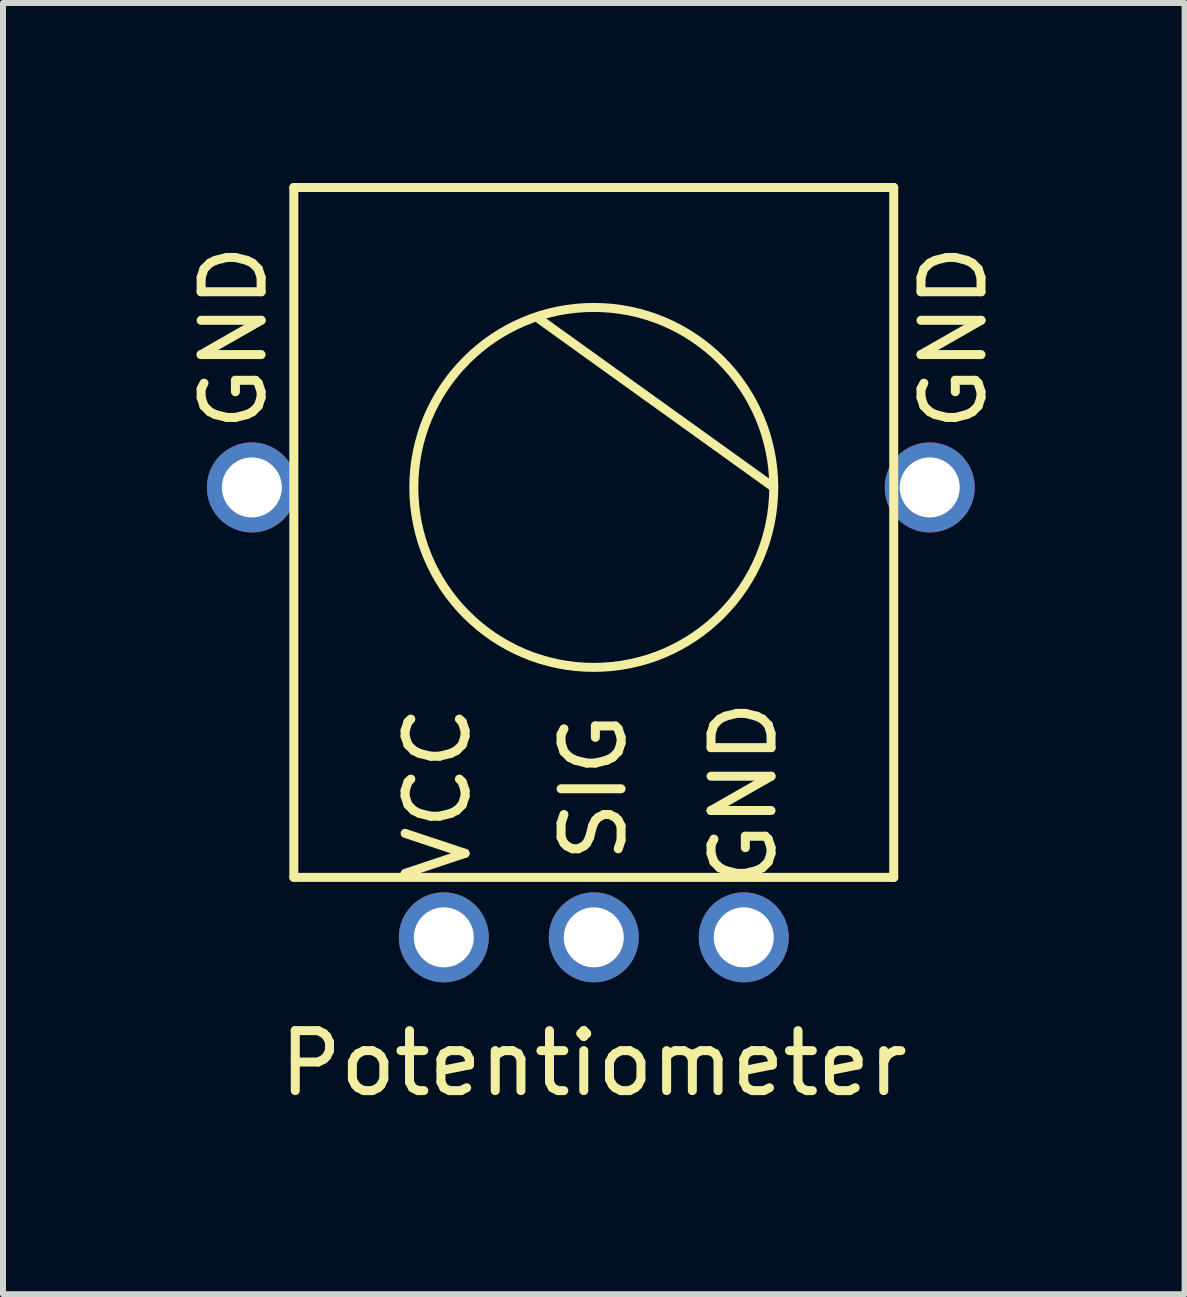
<source format=kicad_pcb>
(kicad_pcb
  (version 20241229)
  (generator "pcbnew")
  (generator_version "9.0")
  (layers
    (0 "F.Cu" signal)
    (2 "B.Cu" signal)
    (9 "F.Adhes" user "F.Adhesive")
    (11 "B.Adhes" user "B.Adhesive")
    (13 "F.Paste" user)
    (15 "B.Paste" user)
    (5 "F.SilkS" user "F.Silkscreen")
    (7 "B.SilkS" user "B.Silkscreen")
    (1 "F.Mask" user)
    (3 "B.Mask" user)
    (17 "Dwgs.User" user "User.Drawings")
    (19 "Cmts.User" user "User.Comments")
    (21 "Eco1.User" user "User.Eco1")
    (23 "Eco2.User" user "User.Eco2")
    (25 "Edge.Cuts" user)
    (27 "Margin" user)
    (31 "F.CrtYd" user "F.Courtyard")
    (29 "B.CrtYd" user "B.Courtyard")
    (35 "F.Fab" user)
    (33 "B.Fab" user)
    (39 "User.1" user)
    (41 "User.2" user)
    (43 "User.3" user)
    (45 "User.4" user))
  (footprint "Potentiometer"
    (layer "F.Cu")
    (at 6.848 5.075)
    (property "Reference" "Potentiometer" (at 0 9.6 0) (layer "F.SilkS") (effects (font (size 1 1) (thickness 0.15))))
    (attr through_hole)
    (fp_line (start -5 -5) (end -5 6.5) (stroke (width 0.15) (type solid)) (layer "F.SilkS"))
    (fp_line (start -5 6.5) (end 5 6.5) (stroke (width 0.15) (type solid)) (layer "F.SilkS"))
    (fp_line (start 3 0) (end -0.9 -2.8) (stroke (width 0.15) (type solid)) (layer "F.SilkS"))
    (fp_line (start 5 -5) (end -5 -5) (stroke (width 0.15) (type solid)) (layer "F.SilkS"))
    (fp_line (start 5 6.5) (end 5 -5) (stroke (width 0.15) (type solid)) (layer "F.SilkS"))
    (fp_circle (center 0 0) (end 3 0) (stroke (width 0.15) (type solid)) (fill no) (layer "F.SilkS"))
    (fp_text user "GND" (at 6 -2.5 90) (layer "F.SilkS") (effects (font (size 1 1) (thickness 0.15))))
    (fp_text user "GND" (at 2.5 5.1 270) (layer "F.SilkS") (effects (font (size 1 1) (thickness 0.15))))
    (fp_text user "SIG" (at 0 5 90) (layer "F.SilkS") (effects (font (size 1 1) (thickness 0.15))))
    (fp_text user "VCC" (at -2.6 5.1 270) (layer "F.SilkS") (effects (font (size 1 1) (thickness 0.15))))
    (fp_text user "GND" (at -6 -2.5 90) (layer "F.SilkS") (effects (font (size 1 1) (thickness 0.15))))
    (pad "1" thru_hole circle (at -2.5 7.5) (size 1.5 1.5) (drill 1) (layers "*.Cu" "*.Mask"))
    (pad "2" thru_hole circle (at 0 7.5) (size 1.5 1.5) (drill 1) (layers "*.Cu" "*.Mask"))
    (pad "3" thru_hole circle (at 2.5 7.5) (size 1.5 1.5) (drill 1) (layers "*.Cu" "*.Mask"))
    (pad "4" thru_hole circle (at -5.7 0) (size 1.5 1.5) (drill 1) (layers "*.Cu" "*.Mask"))
    (pad "5" thru_hole circle (at 5.6 0) (size 1.5 1.5) (drill 1) (layers "*.Cu" "*.Mask")))
  (gr_rect
    (start -3 -3)
    (end 16.697 18.523)
    (stroke (width 0.1) (type default))
    (fill no)
    (layer "Edge.Cuts")))
</source>
